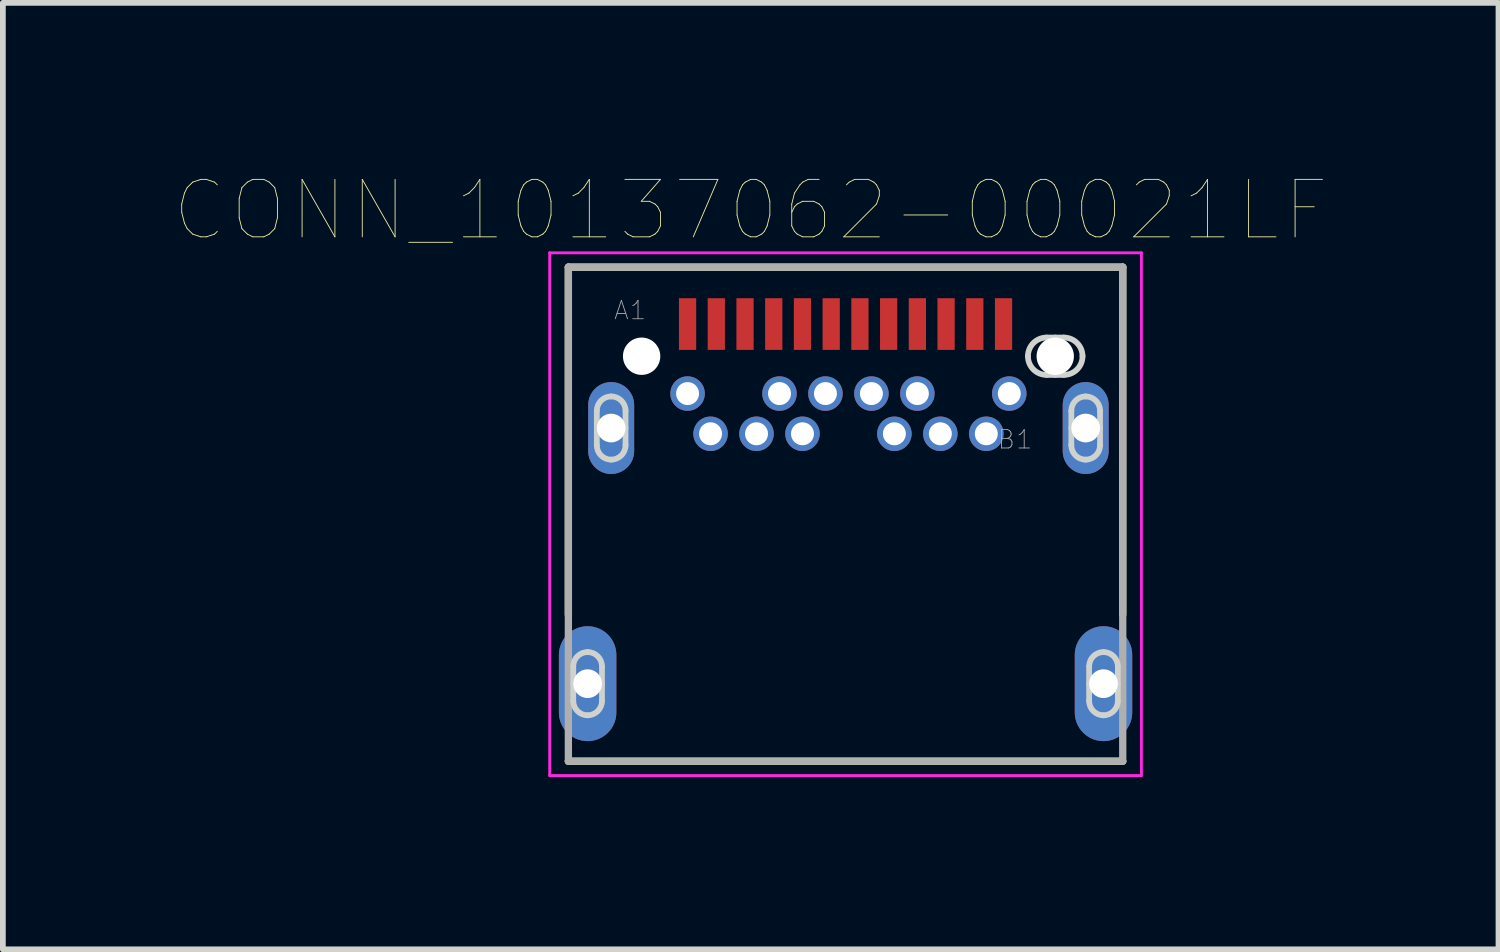
<source format=kicad_pcb>
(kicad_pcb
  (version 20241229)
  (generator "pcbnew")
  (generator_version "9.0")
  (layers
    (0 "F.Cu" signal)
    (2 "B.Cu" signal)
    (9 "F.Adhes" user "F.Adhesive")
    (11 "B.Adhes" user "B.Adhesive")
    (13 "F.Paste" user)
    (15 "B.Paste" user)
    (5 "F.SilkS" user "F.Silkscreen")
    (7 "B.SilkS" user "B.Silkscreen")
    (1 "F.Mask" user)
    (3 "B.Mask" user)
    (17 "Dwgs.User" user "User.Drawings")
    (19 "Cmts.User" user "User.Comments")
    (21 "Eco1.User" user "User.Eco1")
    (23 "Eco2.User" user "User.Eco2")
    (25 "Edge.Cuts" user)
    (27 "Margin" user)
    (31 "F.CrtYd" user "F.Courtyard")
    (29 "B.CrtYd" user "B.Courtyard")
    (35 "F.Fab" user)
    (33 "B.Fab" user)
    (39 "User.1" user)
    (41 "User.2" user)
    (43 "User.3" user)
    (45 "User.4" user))
  (footprint "CONN_10137062-00021LF"
    (layer "F.Cu")
    (at 11.669 3.151)
    (property "Reference" "CONN_10137062-00021LF" (at -1.651 -2.54 0) (layer "F.SilkS") (effects (font (size 1 1) (thickness 0.015))))
    (attr through_hole)
    (fp_line (start -4.825 -1.55) (end -4.825 4.5) (stroke (width 0.127) (type solid)) (layer "F.SilkS"))
    (fp_line (start -4.825 -1.55) (end 4.825 -1.55) (stroke (width 0.127) (type solid)) (layer "F.SilkS"))
    (fp_line (start 4.825 -1.55) (end 4.825 4.5) (stroke (width 0.127) (type solid)) (layer "F.SilkS"))
    (fp_line (start 4.825 7.05) (end -4.825 7.05) (stroke (width 0.127) (type solid)) (layer "F.SilkS"))
    (fp_line (start -4.74 5.7) (end -4.74 5.4) (stroke (width 0.1) (type solid)) (layer "Edge.Cuts"))
    (fp_line (start -4.74 6) (end -4.74 5.7) (stroke (width 0.1) (type solid)) (layer "Edge.Cuts"))
    (fp_line (start -4.33 1.25) (end -4.33 0.95) (stroke (width 0.1) (type solid)) (layer "Edge.Cuts"))
    (fp_line (start -4.33 1.55) (end -4.33 1.25) (stroke (width 0.1) (type solid)) (layer "Edge.Cuts"))
    (fp_line (start -4.24 5.4) (end -4.24 5.7) (stroke (width 0.1) (type solid)) (layer "Edge.Cuts"))
    (fp_line (start -4.24 5.7) (end -4.24 6) (stroke (width 0.1) (type solid)) (layer "Edge.Cuts"))
    (fp_line (start -3.83 0.95) (end -3.83 1.25) (stroke (width 0.1) (type solid)) (layer "Edge.Cuts"))
    (fp_line (start -3.83 1.25) (end -3.83 1.55) (stroke (width 0.1) (type solid)) (layer "Edge.Cuts"))
    (fp_line (start 3.5 -0.325) (end 3.65 -0.325) (stroke (width 0.1) (type solid)) (layer "Edge.Cuts"))
    (fp_line (start 3.65 -0.325) (end 3.8 -0.325) (stroke (width 0.1) (type solid)) (layer "Edge.Cuts"))
    (fp_line (start 3.65 0.325) (end 3.5 0.325) (stroke (width 0.1) (type solid)) (layer "Edge.Cuts"))
    (fp_line (start 3.8 0.325) (end 3.65 0.325) (stroke (width 0.1) (type solid)) (layer "Edge.Cuts"))
    (fp_line (start 3.93 1.25) (end 3.93 0.95) (stroke (width 0.1) (type solid)) (layer "Edge.Cuts"))
    (fp_line (start 3.93 1.55) (end 3.93 1.25) (stroke (width 0.1) (type solid)) (layer "Edge.Cuts"))
    (fp_line (start 4.24 5.7) (end 4.24 5.4) (stroke (width 0.1) (type solid)) (layer "Edge.Cuts"))
    (fp_line (start 4.24 6) (end 4.24 5.7) (stroke (width 0.1) (type solid)) (layer "Edge.Cuts"))
    (fp_line (start 4.43 0.95) (end 4.43 1.25) (stroke (width 0.1) (type solid)) (layer "Edge.Cuts"))
    (fp_line (start 4.43 1.25) (end 4.43 1.55) (stroke (width 0.1) (type solid)) (layer "Edge.Cuts"))
    (fp_line (start 4.74 5.4) (end 4.74 5.7) (stroke (width 0.1) (type solid)) (layer "Edge.Cuts"))
    (fp_line (start 4.74 5.7) (end 4.74 6) (stroke (width 0.1) (type solid)) (layer "Edge.Cuts"))
    (fp_arc (start -4.74 5.4) (mid -4.666777 5.223223) (end -4.49 5.15) (stroke (width 0.1) (type solid)) (layer "Edge.Cuts"))
    (fp_arc (start -4.49 5.15) (mid -4.313223 5.223223) (end -4.24 5.4) (stroke (width 0.1) (type solid)) (layer "Edge.Cuts"))
    (fp_arc (start -4.49 6.25) (mid -4.666777 6.176777) (end -4.74 6) (stroke (width 0.1) (type solid)) (layer "Edge.Cuts"))
    (fp_arc (start -4.33 0.95) (mid -4.256777 0.773223) (end -4.08 0.7) (stroke (width 0.1) (type solid)) (layer "Edge.Cuts"))
    (fp_arc (start -4.24 6) (mid -4.313223 6.176777) (end -4.49 6.25) (stroke (width 0.1) (type solid)) (layer "Edge.Cuts"))
    (fp_arc (start -4.08 0.7) (mid -3.903223 0.773223) (end -3.83 0.95) (stroke (width 0.1) (type solid)) (layer "Edge.Cuts"))
    (fp_arc (start -4.08 1.8) (mid -4.256777 1.726777) (end -4.33 1.55) (stroke (width 0.1) (type solid)) (layer "Edge.Cuts"))
    (fp_arc (start -3.83 1.55) (mid -3.903223 1.726777) (end -4.08 1.8) (stroke (width 0.1) (type solid)) (layer "Edge.Cuts"))
    (fp_arc (start 3.175 0) (mid 3.27019 -0.22981) (end 3.5 -0.325) (stroke (width 0.1) (type solid)) (layer "Edge.Cuts"))
    (fp_arc (start 3.5 0.325) (mid 3.27019 0.22981) (end 3.175 0) (stroke (width 0.1) (type solid)) (layer "Edge.Cuts"))
    (fp_arc (start 3.8 -0.325) (mid 4.02981 -0.22981) (end 4.125 0) (stroke (width 0.1) (type solid)) (layer "Edge.Cuts"))
    (fp_arc (start 3.93 0.95) (mid 4.003223 0.773223) (end 4.18 0.7) (stroke (width 0.1) (type solid)) (layer "Edge.Cuts"))
    (fp_arc (start 4.125 0) (mid 4.02981 0.22981) (end 3.8 0.325) (stroke (width 0.1) (type solid)) (layer "Edge.Cuts"))
    (fp_arc (start 4.18 0.7) (mid 4.356777 0.773223) (end 4.43 0.95) (stroke (width 0.1) (type solid)) (layer "Edge.Cuts"))
    (fp_arc (start 4.18 1.8) (mid 4.003223 1.726777) (end 3.93 1.55) (stroke (width 0.1) (type solid)) (layer "Edge.Cuts"))
    (fp_arc (start 4.24 5.4) (mid 4.313223 5.223223) (end 4.49 5.15) (stroke (width 0.1) (type solid)) (layer "Edge.Cuts"))
    (fp_arc (start 4.43 1.55) (mid 4.356777 1.726777) (end 4.18 1.8) (stroke (width 0.1) (type solid)) (layer "Edge.Cuts"))
    (fp_arc (start 4.49 5.15) (mid 4.666777 5.223223) (end 4.74 5.4) (stroke (width 0.1) (type solid)) (layer "Edge.Cuts"))
    (fp_arc (start 4.49 6.25) (mid 4.313223 6.176777) (end 4.24 6) (stroke (width 0.1) (type solid)) (layer "Edge.Cuts"))
    (fp_arc (start 4.74 6) (mid 4.666777 6.176777) (end 4.49 6.25) (stroke (width 0.1) (type solid)) (layer "Edge.Cuts"))
    (fp_line (start -5.15 -1.8) (end 5.15 -1.8) (stroke (width 0.05) (type solid)) (layer "F.CrtYd"))
    (fp_line (start -5.15 7.3) (end -5.15 -1.8) (stroke (width 0.05) (type solid)) (layer "F.CrtYd"))
    (fp_line (start 5.15 -1.8) (end 5.15 7.3) (stroke (width 0.05) (type solid)) (layer "F.CrtYd"))
    (fp_line (start 5.15 7.3) (end -5.15 7.3) (stroke (width 0.05) (type solid)) (layer "F.CrtYd"))
    (fp_line (start -4.825 -1.55) (end 4.825 -1.55) (stroke (width 0.127) (type solid)) (layer "F.Fab"))
    (fp_line (start -4.825 7.05) (end -4.825 -1.55) (stroke (width 0.127) (type solid)) (layer "F.Fab"))
    (fp_line (start 4.825 -1.55) (end 4.825 7.05) (stroke (width 0.127) (type solid)) (layer "F.Fab"))
    (fp_line (start 4.825 7.05) (end -4.825 7.05) (stroke (width 0.127) (type solid)) (layer "F.Fab"))
    (fp_text user "A1" (at -3.75 -0.8 0) (layer "F.Fab") (effects (font (size 0.32 0.32) (thickness 0.015))))
    (fp_text user "B1" (at 2.95 1.45 0) (layer "F.Fab") (effects (font (size 0.32 0.32) (thickness 0.015))))
    (pad "" np_thru_hole circle (at -3.55 0) (size 0.65 0.65) (drill 0.65) (layers "*.Cu" "*.Mask"))
    (pad "" np_thru_hole circle (at 3.65 0) (size 0.65 0.65) (drill 0.65) (layers "*.Cu" "*.Mask"))
    (pad "A1" smd rect (at -2.75 -0.56) (size 0.3 0.9) (layers "F.Cu" "F.Mask" "F.Paste"))
    (pad "A2" smd rect (at -2.25 -0.56) (size 0.3 0.9) (layers "F.Cu" "F.Mask" "F.Paste"))
    (pad "A3" smd rect (at -1.75 -0.56) (size 0.3 0.9) (layers "F.Cu" "F.Mask" "F.Paste"))
    (pad "A4" smd rect (at -1.25 -0.56) (size 0.3 0.9) (layers "F.Cu" "F.Mask" "F.Paste"))
    (pad "A5" smd rect (at -0.75 -0.56) (size 0.3 0.9) (layers "F.Cu" "F.Mask" "F.Paste"))
    (pad "A6" smd rect (at -0.25 -0.56) (size 0.3 0.9) (layers "F.Cu" "F.Mask" "F.Paste"))
    (pad "A7" smd rect (at 0.25 -0.56) (size 0.3 0.9) (layers "F.Cu" "F.Mask" "F.Paste"))
    (pad "A8" smd rect (at 0.75 -0.56) (size 0.3 0.9) (layers "F.Cu" "F.Mask" "F.Paste"))
    (pad "A9" smd rect (at 1.25 -0.56) (size 0.3 0.9) (layers "F.Cu" "F.Mask" "F.Paste"))
    (pad "A10" smd rect (at 1.75 -0.56) (size 0.3 0.9) (layers "F.Cu" "F.Mask" "F.Paste"))
    (pad "A11" smd rect (at 2.25 -0.56) (size 0.3 0.9) (layers "F.Cu" "F.Mask" "F.Paste"))
    (pad "A12" smd rect (at 2.75 -0.56) (size 0.3 0.9) (layers "F.Cu" "F.Mask" "F.Paste"))
    (pad "B1" thru_hole circle (at 2.85 0.65) (size 0.6 0.6) (drill 0.4) (layers "*.Cu" "*.Mask"))
    (pad "B2" thru_hole circle (at 2.45 1.35) (size 0.6 0.6) (drill 0.4) (layers "*.Cu" "*.Mask"))
    (pad "B3" thru_hole circle (at 1.65 1.35) (size 0.6 0.6) (drill 0.4) (layers "*.Cu" "*.Mask"))
    (pad "B4" thru_hole circle (at 1.25 0.65) (size 0.6 0.6) (drill 0.4) (layers "*.Cu" "*.Mask"))
    (pad "B5" thru_hole circle (at 0.85 1.35) (size 0.6 0.6) (drill 0.4) (layers "*.Cu" "*.Mask"))
    (pad "B6" thru_hole circle (at 0.45 0.65) (size 0.6 0.6) (drill 0.4) (layers "*.Cu" "*.Mask"))
    (pad "B7" thru_hole circle (at -0.35 0.65) (size 0.6 0.6) (drill 0.4) (layers "*.Cu" "*.Mask"))
    (pad "B8" thru_hole circle (at -0.75 1.35) (size 0.6 0.6) (drill 0.4) (layers "*.Cu" "*.Mask"))
    (pad "B9" thru_hole circle (at -1.15 0.65) (size 0.6 0.6) (drill 0.4) (layers "*.Cu" "*.Mask"))
    (pad "B10" thru_hole circle (at -1.55 1.35) (size 0.6 0.6) (drill 0.4) (layers "*.Cu" "*.Mask"))
    (pad "B11" thru_hole circle (at -2.35 1.35) (size 0.6 0.6) (drill 0.4) (layers "*.Cu" "*.Mask"))
    (pad "B12" thru_hole circle (at -2.75 0.65) (size 0.6 0.6) (drill 0.4) (layers "*.Cu" "*.Mask"))
    (pad "S1" thru_hole oval (at -4.08 1.25) (size 0.8 1.6) (drill 0.5) (layers "*.Cu" "*.Mask"))
    (pad "S2" thru_hole oval (at 4.18 1.25) (size 0.8 1.6) (drill 0.5) (layers "*.Cu" "*.Mask"))
    (pad "S3" thru_hole oval (at -4.49 5.7) (size 1 2) (drill 0.5) (layers "*.Cu" "*.Mask"))
    (pad "S4" thru_hole oval (at 4.49 5.7) (size 1 2) (drill 0.5) (layers "*.Cu" "*.Mask")))
  (gr_rect
    (start -3 -3)
    (end 23.035 13.476)
    (stroke (width 0.1) (type default))
    (fill no)
    (layer "Edge.Cuts")))
</source>
